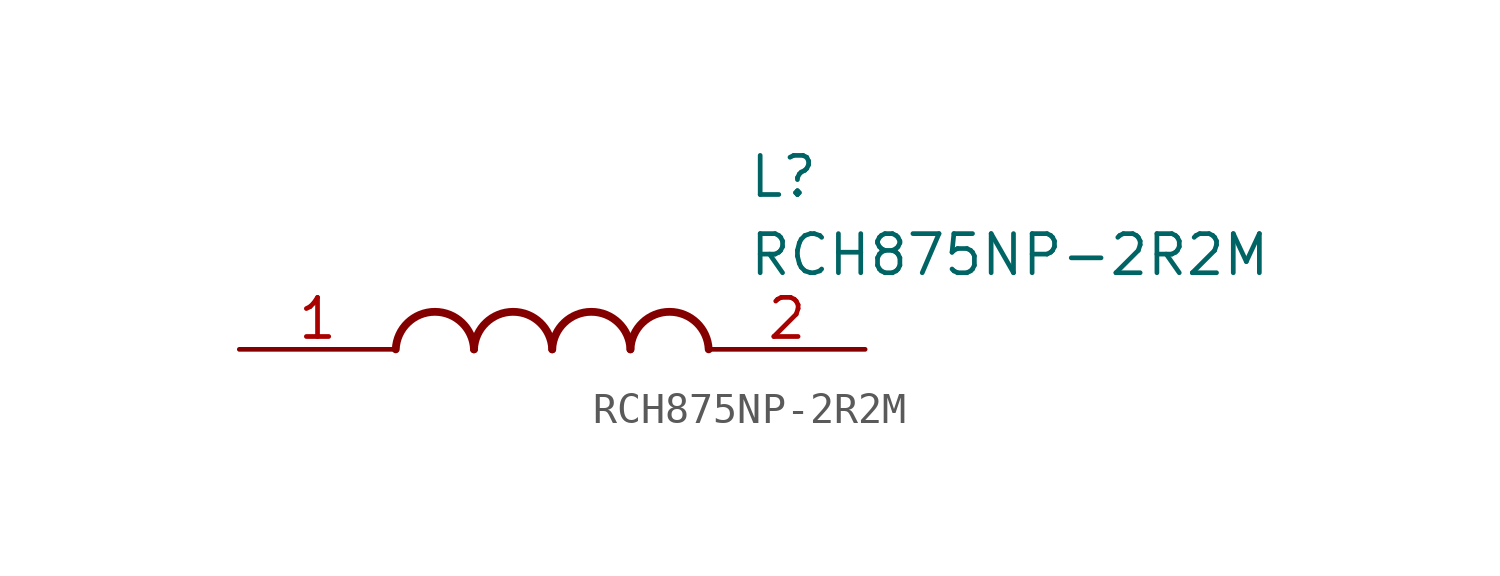
<source format=kicad_sym>
(kicad_symbol_lib
  (version 20211014)
  (generator SamacSys_ECAD_Model)
  (symbol "RCH875NP-2R2M"
    (pin_names hide)
    (property "Reference" "L"
      (at 16.51 6.35 0)
      (effects (font (size 1.27 1.27)) (justify left top)))
    (property "Value" "RCH875NP-2R2M"
      (at 16.51 3.81 0)
      (effects (font (size 1.27 1.27)) (justify left top)))
    (arc
      (start 7.62 0)
      (mid 6.35 1.219)
      (end 5.08 0)
      (stroke (width 0.254) (type default))
      (fill (type none)))
    (arc
      (start 10.16 0)
      (mid 8.89 1.219)
      (end 7.62 0)
      (stroke (width 0.254) (type default))
      (fill (type none)))
    (arc
      (start 12.7 0)
      (mid 11.43 1.219)
      (end 10.16 0)
      (stroke (width 0.254) (type default))
      (fill (type none)))
    (arc
      (start 15.24 0)
      (mid 13.97 1.219)
      (end 12.7 0)
      (stroke (width 0.254) (type default))
      (fill (type none)))
    (pin passive line
      (at 0 0 0)
      (length 5.08)
      (name "1" (effects (font (size 1.27 1.27))))
      (number "1" (effects (font (size 1.27 1.27)))))
    (pin passive line
      (at 20.32 0 180)
      (length 5.08)
      (name "2" (effects (font (size 1.27 1.27))))
      (number "2" (effects (font (size 1.27 1.27)))))))
</source>
